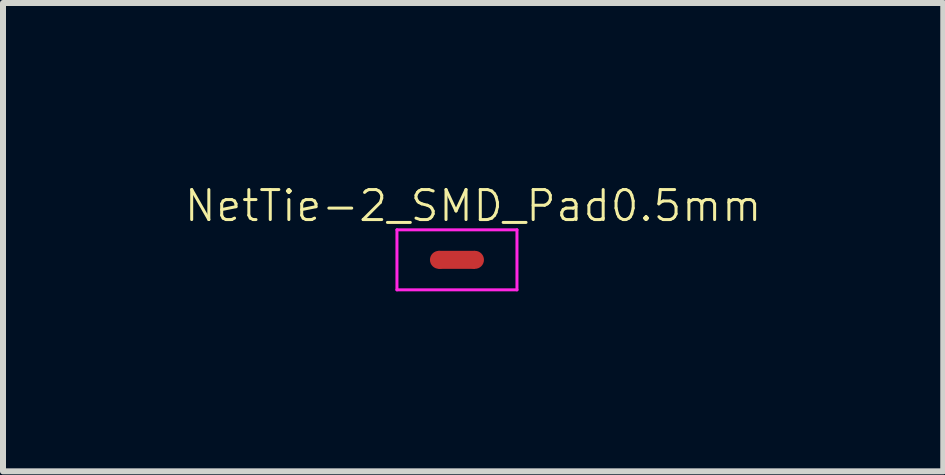
<source format=kicad_pcb>
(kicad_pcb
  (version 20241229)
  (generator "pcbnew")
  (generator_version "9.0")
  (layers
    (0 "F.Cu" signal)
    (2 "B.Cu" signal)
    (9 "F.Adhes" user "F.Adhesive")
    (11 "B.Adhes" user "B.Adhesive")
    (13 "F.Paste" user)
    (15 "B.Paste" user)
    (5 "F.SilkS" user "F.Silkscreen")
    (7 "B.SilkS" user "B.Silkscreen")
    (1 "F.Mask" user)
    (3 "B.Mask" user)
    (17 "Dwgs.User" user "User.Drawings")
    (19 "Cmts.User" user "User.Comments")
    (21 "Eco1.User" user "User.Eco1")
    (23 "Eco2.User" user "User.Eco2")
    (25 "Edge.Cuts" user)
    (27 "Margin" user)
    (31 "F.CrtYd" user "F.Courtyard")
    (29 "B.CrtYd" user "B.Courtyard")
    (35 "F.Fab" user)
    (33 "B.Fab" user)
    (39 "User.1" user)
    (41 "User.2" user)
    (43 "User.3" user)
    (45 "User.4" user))
  (footprint "NetTie-2_SMD_Pad0.5mm"
    (layer "F.Cu")
    (at 4.565 1.28)
    (property "Reference" "NetTie-2_SMD_Pad0.5mm" (at 0.27 -0.9 0) (layer "F.SilkS") (effects (font (size 0.5 0.5) (thickness 0.05))))
    (attr exclude_from_pos_files exclude_from_bom)
    (fp_poly (pts (xy -0.31 -0.15) (xy 0.3 -0.15) (xy 0.3 0.15) (xy -0.31 0.15)) (stroke (width 0) (type solid)) (fill yes) (layer "F.Cu"))
    (fp_line (start -1 -0.5) (end -1 0.5) (stroke (width 0.05) (type solid)) (layer "F.CrtYd"))
    (fp_line (start -1 0.5) (end 1 0.5) (stroke (width 0.05) (type solid)) (layer "F.CrtYd"))
    (fp_line (start 1 -0.5) (end -1 -0.5) (stroke (width 0.05) (type solid)) (layer "F.CrtYd"))
    (fp_line (start 1 0.5) (end 1 -0.5) (stroke (width 0.05) (type solid)) (layer "F.CrtYd"))
    (pad "1" smd circle (at -0.3 0) (size 0.3 0.3) (layers "F.Cu"))
    (pad "2" smd circle (at 0.3 0) (size 0.3 0.3) (layers "F.Cu")))
  (gr_rect
    (start -3 -3)
    (end 12.669 4.805)
    (stroke (width 0.1) (type default))
    (fill no)
    (layer "Edge.Cuts")))
</source>
